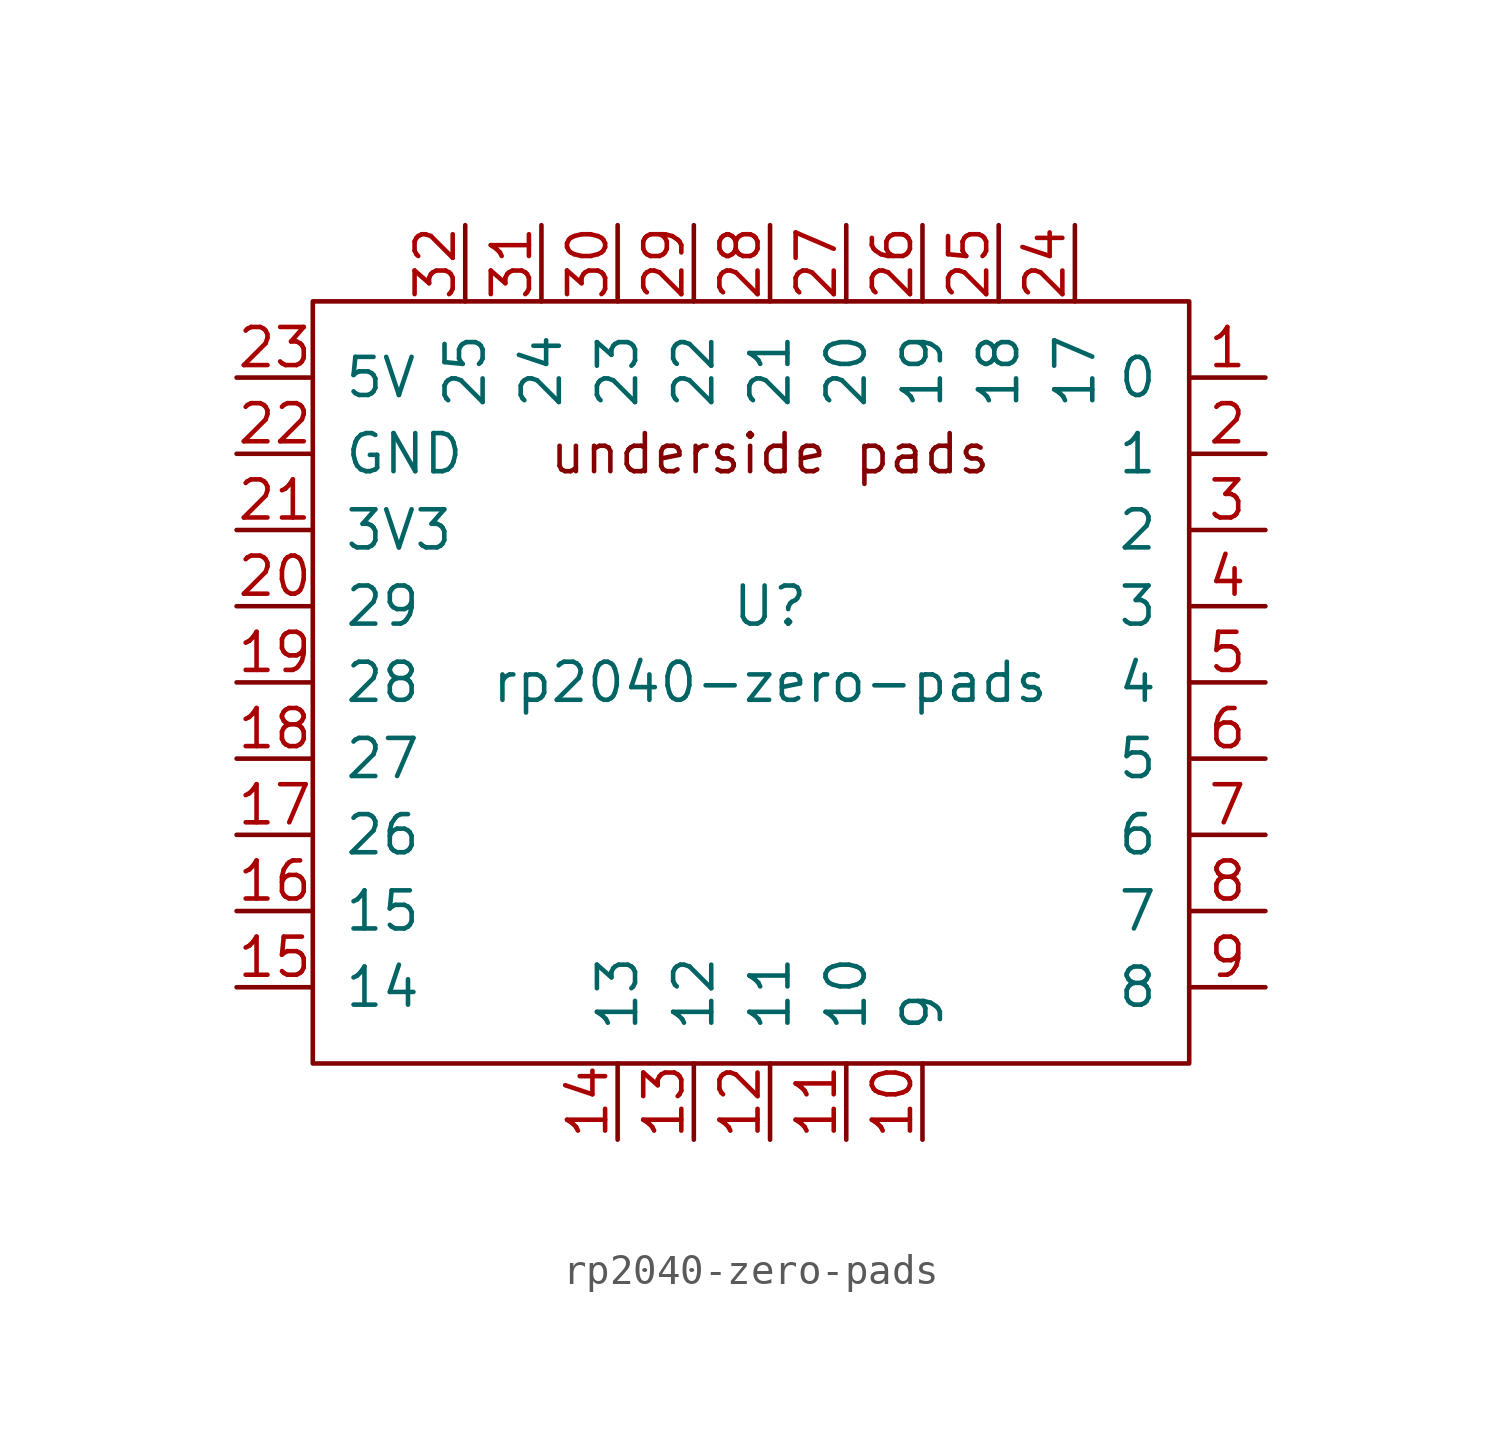
<source format=kicad_sym>
(kicad_symbol_lib
  (version 20220914)
  (generator kicad_symbol_editor)
  (symbol "rp2040-zero-pads"
    (pin_names
      (offset 1.016))
    (property "Reference" "U"
      (at 0 1.27 0)
      (effects (font (size 1.27 1.27))))
    (property "Value" "rp2040-zero-pads"
      (at 0 -1.27 0)
      (effects (font (size 1.27 1.27))))
    (symbol "rp2040-zero-pads_0_0"
      (text "underside pads" (at 0 6.35 0) (effects (font (size 1.27 1.27)))))
    (symbol "rp2040-zero-pads_0_1"
      (rectangle (start -15.24 11.43) (end 13.97 -13.97) (stroke (width 0) (type default)) (fill (type none))))
    (symbol "rp2040-zero-pads_1_1"
      (pin bidirectional line (at 16.51 8.89 180) (length 2.54) (name "0" (effects (font (size 1.27 1.27)))) (number "1" (effects (font (size 1.27 1.27)))))
      (pin bidirectional line (at 5.08 -16.51 90) (length 2.54) (name "9" (effects (font (size 1.27 1.27)))) (number "10" (effects (font (size 1.27 1.27)))))
      (pin bidirectional line (at 2.54 -16.51 90) (length 2.54) (name "10" (effects (font (size 1.27 1.27)))) (number "11" (effects (font (size 1.27 1.27)))))
      (pin bidirectional line (at 0 -16.51 90) (length 2.54) (name "11" (effects (font (size 1.27 1.27)))) (number "12" (effects (font (size 1.27 1.27)))))
      (pin bidirectional line (at -2.54 -16.51 90) (length 2.54) (name "12" (effects (font (size 1.27 1.27)))) (number "13" (effects (font (size 1.27 1.27)))))
      (pin bidirectional line (at -5.08 -16.51 90) (length 2.54) (name "13" (effects (font (size 1.27 1.27)))) (number "14" (effects (font (size 1.27 1.27)))))
      (pin bidirectional line (at -17.78 -11.43 0) (length 2.54) (name "14" (effects (font (size 1.27 1.27)))) (number "15" (effects (font (size 1.27 1.27)))))
      (pin bidirectional line (at -17.78 -8.89 0) (length 2.54) (name "15" (effects (font (size 1.27 1.27)))) (number "16" (effects (font (size 1.27 1.27)))))
      (pin bidirectional line (at -17.78 -6.35 0) (length 2.54) (name "26" (effects (font (size 1.27 1.27)))) (number "17" (effects (font (size 1.27 1.27)))))
      (pin bidirectional line (at -17.78 -3.81 0) (length 2.54) (name "27" (effects (font (size 1.27 1.27)))) (number "18" (effects (font (size 1.27 1.27)))))
      (pin bidirectional line (at -17.78 -1.27 0) (length 2.54) (name "28" (effects (font (size 1.27 1.27)))) (number "19" (effects (font (size 1.27 1.27)))))
      (pin bidirectional line (at 16.51 6.35 180) (length 2.54) (name "1" (effects (font (size 1.27 1.27)))) (number "2" (effects (font (size 1.27 1.27)))))
      (pin bidirectional line (at -17.78 1.27 0) (length 2.54) (name "29" (effects (font (size 1.27 1.27)))) (number "20" (effects (font (size 1.27 1.27)))))
      (pin power_out line (at -17.78 3.81 0) (length 2.54) (name "3V3" (effects (font (size 1.27 1.27)))) (number "21" (effects (font (size 1.27 1.27)))))
      (pin power_out line (at -17.78 6.35 0) (length 2.54) (name "GND" (effects (font (size 1.27 1.27)))) (number "22" (effects (font (size 1.27 1.27)))))
      (pin power_out line (at -17.78 8.89 0) (length 2.54) (name "5V" (effects (font (size 1.27 1.27)))) (number "23" (effects (font (size 1.27 1.27)))))
      (pin bidirectional line (at 10.16 13.97 270) (length 2.54) (name "17" (effects (font (size 1.27 1.27)))) (number "24" (effects (font (size 1.27 1.27)))))
      (pin bidirectional line (at 7.62 13.97 270) (length 2.54) (name "18" (effects (font (size 1.27 1.27)))) (number "25" (effects (font (size 1.27 1.27)))))
      (pin bidirectional line (at 5.08 13.97 270) (length 2.54) (name "19" (effects (font (size 1.27 1.27)))) (number "26" (effects (font (size 1.27 1.27)))))
      (pin bidirectional line (at 2.54 13.97 270) (length 2.54) (name "20" (effects (font (size 1.27 1.27)))) (number "27" (effects (font (size 1.27 1.27)))))
      (pin bidirectional line (at 0 13.97 270) (length 2.54) (name "21" (effects (font (size 1.27 1.27)))) (number "28" (effects (font (size 1.27 1.27)))))
      (pin bidirectional line (at -2.54 13.97 270) (length 2.54) (name "22" (effects (font (size 1.27 1.27)))) (number "29" (effects (font (size 1.27 1.27)))))
      (pin bidirectional line (at 16.51 3.81 180) (length 2.54) (name "2" (effects (font (size 1.27 1.27)))) (number "3" (effects (font (size 1.27 1.27)))))
      (pin bidirectional line (at -5.08 13.97 270) (length 2.54) (name "23" (effects (font (size 1.27 1.27)))) (number "30" (effects (font (size 1.27 1.27)))))
      (pin bidirectional line (at -7.62 13.97 270) (length 2.54) (name "24" (effects (font (size 1.27 1.27)))) (number "31" (effects (font (size 1.27 1.27)))))
      (pin bidirectional line (at -10.16 13.97 270) (length 2.54) (name "25" (effects (font (size 1.27 1.27)))) (number "32" (effects (font (size 1.27 1.27)))))
      (pin power_out line (at -17.78 6.35 0) (length 2.54) hide (name "GND" (effects (font (size 1.27 1.27)))) (number "33" (effects (font (size 1.27 1.27)))))
      (pin bidirectional line (at 16.51 1.27 180) (length 2.54) (name "3" (effects (font (size 1.27 1.27)))) (number "4" (effects (font (size 1.27 1.27)))))
      (pin bidirectional line (at 16.51 -1.27 180) (length 2.54) (name "4" (effects (font (size 1.27 1.27)))) (number "5" (effects (font (size 1.27 1.27)))))
      (pin bidirectional line (at 16.51 -3.81 180) (length 2.54) (name "5" (effects (font (size 1.27 1.27)))) (number "6" (effects (font (size 1.27 1.27)))))
      (pin bidirectional line (at 16.51 -6.35 180) (length 2.54) (name "6" (effects (font (size 1.27 1.27)))) (number "7" (effects (font (size 1.27 1.27)))))
      (pin bidirectional line (at 16.51 -8.89 180) (length 2.54) (name "7" (effects (font (size 1.27 1.27)))) (number "8" (effects (font (size 1.27 1.27)))))
      (pin bidirectional line (at 16.51 -11.43 180) (length 2.54) (name "8" (effects (font (size 1.27 1.27)))) (number "9" (effects (font (size 1.27 1.27))))))))
</source>
